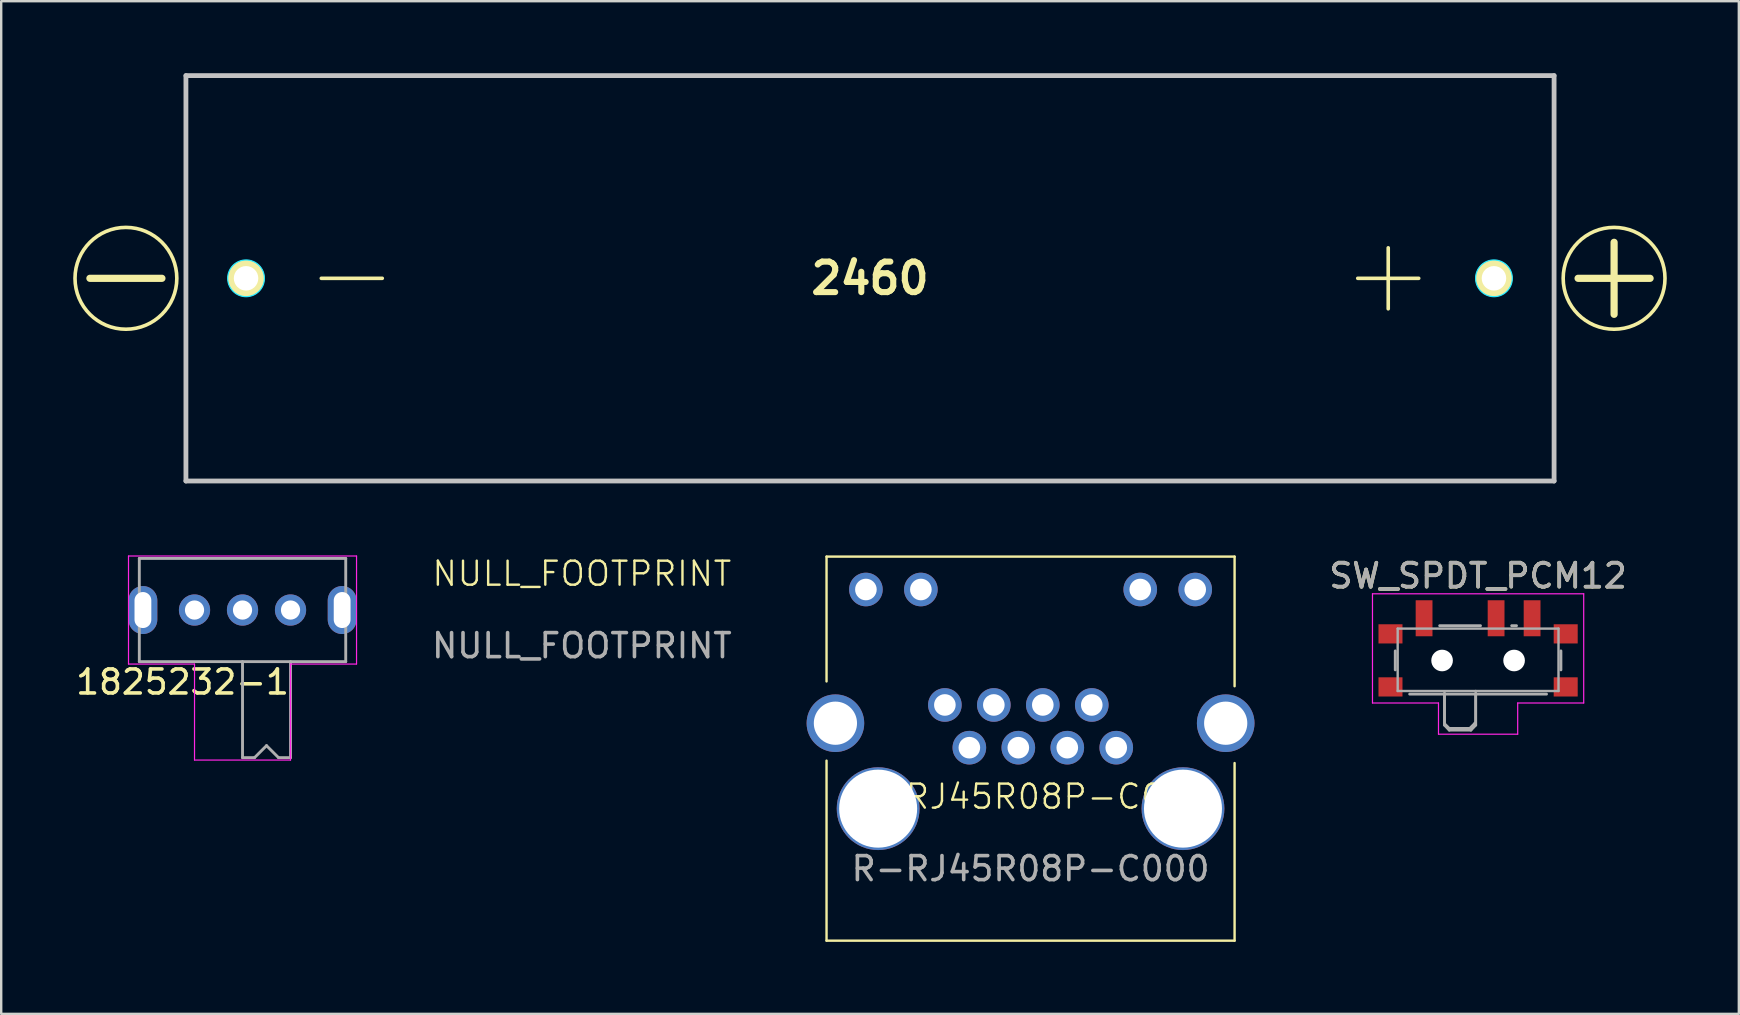
<source format=kicad_pcb>
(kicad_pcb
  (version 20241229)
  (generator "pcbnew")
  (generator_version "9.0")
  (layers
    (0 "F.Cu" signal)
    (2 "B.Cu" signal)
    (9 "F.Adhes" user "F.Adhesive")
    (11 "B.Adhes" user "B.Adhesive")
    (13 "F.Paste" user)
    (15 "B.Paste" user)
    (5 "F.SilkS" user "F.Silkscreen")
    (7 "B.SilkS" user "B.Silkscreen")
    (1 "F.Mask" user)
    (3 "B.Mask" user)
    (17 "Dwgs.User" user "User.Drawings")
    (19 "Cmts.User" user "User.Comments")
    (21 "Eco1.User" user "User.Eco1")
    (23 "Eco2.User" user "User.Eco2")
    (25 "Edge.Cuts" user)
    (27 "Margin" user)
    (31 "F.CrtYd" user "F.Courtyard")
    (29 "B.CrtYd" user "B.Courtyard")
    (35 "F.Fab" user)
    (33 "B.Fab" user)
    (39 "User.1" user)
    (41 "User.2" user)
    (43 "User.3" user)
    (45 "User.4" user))
  (footprint "SW_SPDT_PCM12"
    (layer "F.Cu")
    (at 58.53 24.138)
    (property "Reference" "SW_SPDT_PCM12" (at 0 -3.2 0) (layer "F.SilkS") (effects (font (size 1 1) (thickness 0.15))))
    (attr smd)
    (fp_line (start -4.4 -2.45) (end 4.4 -2.45) (stroke (width 0.05) (type solid)) (layer "F.CrtYd"))
    (fp_line (start -4.4 2.1) (end -4.4 -2.45) (stroke (width 0.05) (type solid)) (layer "F.CrtYd"))
    (fp_line (start -1.65 2.1) (end -4.4 2.1) (stroke (width 0.05) (type solid)) (layer "F.CrtYd"))
    (fp_line (start -1.65 3.4) (end -1.65 2.1) (stroke (width 0.05) (type solid)) (layer "F.CrtYd"))
    (fp_line (start 1.65 2.1) (end 1.65 3.4) (stroke (width 0.05) (type solid)) (layer "F.CrtYd"))
    (fp_line (start 1.65 3.4) (end -1.65 3.4) (stroke (width 0.05) (type solid)) (layer "F.CrtYd"))
    (fp_line (start 4.4 -2.45) (end 4.4 2.1) (stroke (width 0.05) (type solid)) (layer "F.CrtYd"))
    (fp_line (start 4.4 2.1) (end 1.65 2.1) (stroke (width 0.05) (type solid)) (layer "F.CrtYd"))
    (fp_line (start -3.45 -0.07) (end -3.45 0.72) (stroke (width 0.12) (type solid)) (layer "F.Fab"))
    (fp_line (start -3.35 -1) (end -3.35 1.6) (stroke (width 0.1) (type solid)) (layer "F.Fab"))
    (fp_line (start -3.35 1.6) (end 3.35 1.6) (stroke (width 0.1) (type solid)) (layer "F.Fab"))
    (fp_line (start -2.85 1.73) (end 2.85 1.73) (stroke (width 0.12) (type solid)) (layer "F.Fab"))
    (fp_line (start -1.6 -1.12) (end 0.1 -1.12) (stroke (width 0.12) (type solid)) (layer "F.Fab"))
    (fp_line (start -1.4 1.65) (end -1.4 2.95) (stroke (width 0.1) (type solid)) (layer "F.Fab"))
    (fp_line (start -1.4 1.73) (end -1.4 3.02) (stroke (width 0.12) (type solid)) (layer "F.Fab"))
    (fp_line (start -1.4 2.95) (end -1.2 3.15) (stroke (width 0.1) (type solid)) (layer "F.Fab"))
    (fp_line (start -1.4 3.02) (end -1.2 3.23) (stroke (width 0.12) (type solid)) (layer "F.Fab"))
    (fp_line (start -1.2 3.15) (end -0.35 3.15) (stroke (width 0.1) (type solid)) (layer "F.Fab"))
    (fp_line (start -1.2 3.23) (end -0.3 3.23) (stroke (width 0.12) (type solid)) (layer "F.Fab"))
    (fp_line (start -0.35 3.15) (end -0.15 2.95) (stroke (width 0.1) (type solid)) (layer "F.Fab"))
    (fp_line (start -0.15 2.95) (end -0.1 2.9) (stroke (width 0.1) (type solid)) (layer "F.Fab"))
    (fp_line (start -0.1 2.9) (end -0.1 1.6) (stroke (width 0.1) (type solid)) (layer "F.Fab"))
    (fp_line (start -0.1 3.02) (end -0.3 3.23) (stroke (width 0.12) (type solid)) (layer "F.Fab"))
    (fp_line (start -0.1 3.02) (end -0.1 1.73) (stroke (width 0.12) (type solid)) (layer "F.Fab"))
    (fp_line (start 1.4 -1.12) (end 1.6 -1.12) (stroke (width 0.12) (type solid)) (layer "F.Fab"))
    (fp_line (start 3.35 -1) (end -3.35 -1) (stroke (width 0.1) (type solid)) (layer "F.Fab"))
    (fp_line (start 3.35 1.6) (end 3.35 -1) (stroke (width 0.1) (type solid)) (layer "F.Fab"))
    (fp_line (start 3.45 0.72) (end 3.45 -0.07) (stroke (width 0.12) (type solid)) (layer "F.Fab"))
    (fp_text user "${REFERENCE}" (at 0 -3.2 0) (layer "F.Fab") (effects (font (size 1 1) (thickness 0.15))))
    (pad "" np_thru_hole circle (at -1.5 0.33) (size 0.9 0.9) (drill 0.9) (layers "*.Cu" "*.Mask"))
    (pad "" np_thru_hole circle (at 1.5 0.33) (size 0.9 0.9) (drill 0.9) (layers "*.Cu" "*.Mask"))
    (pad "1" smd rect (at -2.25 -1.43) (size 0.7 1.5) (layers "F.Cu" "F.Mask" "F.Paste"))
    (pad "2" smd rect (at 0.75 -1.43) (size 0.7 1.5) (layers "F.Cu" "F.Mask" "F.Paste"))
    (pad "3" smd rect (at 2.25 -1.43) (size 0.7 1.5) (layers "F.Cu" "F.Mask" "F.Paste"))
    (pad "4" smd rect (at 3.65 -0.78) (size 1 0.8) (layers "F.Cu" "F.Mask" "F.Paste"))
    (pad "5" smd rect (at 3.65 1.43) (size 1 0.8) (layers "F.Cu" "F.Mask" "F.Paste"))
    (pad "6" smd rect (at -3.65 1.43) (size 1 0.8) (layers "F.Cu" "F.Mask" "F.Paste"))
    (pad "7" smd rect (at -3.65 -0.78) (size 1 0.8) (layers "F.Cu" "F.Mask" "F.Paste")))
  (footprint "NULL_FOOTPRINT"
    (layer "F.Cu")
    (at 21.192 21.351)
    (property "Reference" "NULL_FOOTPRINT" (at 0 -0.5 0) (unlocked yes) (layer "F.SilkS") (effects (font (size 1 1) (thickness 0.1))))
    (attr smd)
    (fp_text user "${REFERENCE}" (at 0 2.5 0) (unlocked yes) (layer "F.Fab") (effects (font (size 1 1) (thickness 0.15)))))
  (footprint "2460"
    (layer "F.Cu")
    (at 33.196 8.545)
    (property "Reference" "2460" (at 0 0 0) (layer "F.SilkS") (effects (font (size 1.27 1.27) (thickness 0.254))))
    (attr through_hole)
    (fp_line (start -32.5 0) (end -29.5 0) (stroke (width 0.3) (type solid)) (layer "F.SilkS"))
    (fp_line (start -28.5 -8.445) (end 28.5 -8.445) (stroke (width 0.1) (type solid)) (layer "F.SilkS"))
    (fp_line (start -28.5 8.445) (end -28.5 -8.445) (stroke (width 0.1) (type solid)) (layer "F.SilkS"))
    (fp_line (start -22.86 0) (end -20.32 0) (stroke (width 0.15) (type solid)) (layer "F.SilkS"))
    (fp_line (start 20.32 0) (end 22.86 0) (stroke (width 0.15) (type solid)) (layer "F.SilkS"))
    (fp_line (start 21.59 -1.27) (end 21.59 1.27) (stroke (width 0.15) (type solid)) (layer "F.SilkS"))
    (fp_line (start 28.5 -8.445) (end 28.5 8.445) (stroke (width 0.1) (type solid)) (layer "F.SilkS"))
    (fp_line (start 28.5 8.445) (end -28.5 8.445) (stroke (width 0.1) (type solid)) (layer "F.SilkS"))
    (fp_line (start 29.5 0) (end 32.5 0) (stroke (width 0.3) (type solid)) (layer "F.SilkS"))
    (fp_line (start 31 -1.5) (end 31 1.5) (stroke (width 0.3) (type solid)) (layer "F.SilkS"))
    (fp_circle (center -31 0) (end -28.879 0) (stroke (width 0.15) (type solid)) (fill no) (layer "F.SilkS"))
    (fp_circle (center 31 0) (end 33.121 0) (stroke (width 0.15) (type solid)) (fill no) (layer "F.SilkS"))
    (fp_line (start -28.5 -8.445) (end 28.5 -8.445) (stroke (width 0.2) (type solid)) (layer "Dwgs.User"))
    (fp_line (start -28.5 8.445) (end -28.5 -8.445) (stroke (width 0.2) (type solid)) (layer "Dwgs.User"))
    (fp_line (start 28.5 -8.445) (end 28.5 8.445) (stroke (width 0.2) (type solid)) (layer "Dwgs.User"))
    (fp_line (start 28.5 8.445) (end -28.5 8.445) (stroke (width 0.2) (type solid)) (layer "Dwgs.User"))
    (fp_circle (center -25.995 0) (end -25.23 0) (stroke (width 0.05) (type default)) (fill no) (layer "B.CrtYd"))
    (fp_circle (center 25.995 0) (end 26.76 0) (stroke (width 0.05) (type default)) (fill no) (layer "B.CrtYd"))
    (fp_rect (start -28.5 -8.445) (end 28.5 8.445) (stroke (width 0.05) (type default)) (fill no) (layer "F.CrtYd"))
    (pad "1" thru_hole circle (at 25.995 0 90) (size 1.53 1.53) (drill 1.02) (layers "*.Cu" "*.Mask" "F.SilkS"))
    (pad "2" thru_hole circle (at -25.995 0 90) (size 1.53 1.53) (drill 1.02) (layers "*.Cu" "*.Mask" "F.SilkS")))
  (footprint "R-RJ45R08P-C000"
    (layer "F.Cu")
    (at 39.885 30.64)
    (property "Reference" "R-RJ45R08P-C000" (at 0 -0.5 0) (unlocked yes) (layer "F.SilkS") (effects (font (size 1 1) (thickness 0.1))))
    (attr smd)
    (fp_line (start -8.5 -10.5) (end 8.5 -10.5) (stroke (width 0.1) (type default)) (layer "F.SilkS"))
    (fp_line (start -8.5 -5.3) (end -8.5 -10.5) (stroke (width 0.1) (type default)) (layer "F.SilkS"))
    (fp_line (start -8.5 -2) (end -8.5 5.5) (stroke (width 0.1) (type default)) (layer "F.SilkS"))
    (fp_line (start 8.5 -10.5) (end 8.5 -5.1) (stroke (width 0.1) (type default)) (layer "F.SilkS"))
    (fp_line (start 8.5 -1.9) (end 8.5 5.5) (stroke (width 0.1) (type default)) (layer "F.SilkS"))
    (fp_line (start 8.5 5.5) (end -8.5 5.5) (stroke (width 0.1) (type default)) (layer "F.SilkS"))
    (fp_text user "${REFERENCE}" (at 0 2.5 0) (unlocked yes) (layer "F.Fab") (effects (font (size 1 1) (thickness 0.15))))
    (pad "" np_thru_hole circle (at -8.13 -3.56) (size 2.4 2.4) (drill 1.8) (layers "*.Cu" "*.Mask"))
    (pad "" np_thru_hole circle (at -6.35 0) (size 3.45 3.45) (drill 3.25) (layers "*.Cu" "*.Mask"))
    (pad "" np_thru_hole circle (at 6.35 0) (size 3.45 3.45) (drill 3.25) (layers "*.Cu" "*.Mask"))
    (pad "" np_thru_hole circle (at 8.13 -3.56) (size 2.4 2.4) (drill 1.8) (layers "*.Cu" "*.Mask"))
    (pad "1" thru_hole circle (at 3.57 -2.54) (size 1.4 1.4) (drill 0.9) (layers "*.Cu" "*.Mask"))
    (pad "2" thru_hole circle (at 2.55 -4.32) (size 1.4 1.4) (drill 0.9) (layers "*.Cu" "*.Mask"))
    (pad "3" thru_hole circle (at 1.53 -2.54) (size 1.4 1.4) (drill 0.9) (layers "*.Cu" "*.Mask"))
    (pad "4" thru_hole circle (at 0.51 -4.32) (size 1.4 1.4) (drill 0.9) (layers "*.Cu" "*.Mask"))
    (pad "5" thru_hole circle (at -0.51 -2.54) (size 1.4 1.4) (drill 0.9) (layers "*.Cu" "*.Mask"))
    (pad "6" thru_hole circle (at -1.53 -4.32) (size 1.4 1.4) (drill 0.9) (layers "*.Cu" "*.Mask"))
    (pad "7" thru_hole circle (at -2.55 -2.54) (size 1.4 1.4) (drill 0.9) (layers "*.Cu" "*.Mask"))
    (pad "8" thru_hole circle (at -3.57 -4.32) (size 1.4 1.4) (drill 0.9) (layers "*.Cu" "*.Mask"))
    (pad "9" thru_hole circle (at 6.86 -9.13) (size 1.4 1.4) (drill 0.9) (layers "*.Cu" "*.Mask"))
    (pad "10" thru_hole circle (at 4.57 -9.13) (size 1.4 1.4) (drill 0.9) (layers "*.Cu" "*.Mask"))
    (pad "11" thru_hole circle (at -4.57 -9.13) (size 1.4 1.4) (drill 0.9) (layers "*.Cu" "*.Mask"))
    (pad "12" thru_hole circle (at -6.86 -9.13) (size 1.4 1.4) (drill 0.9) (layers "*.Cu" "*.Mask")))
  (footprint "1825232-1"
    (layer "F.Cu")
    (at 7.054 22.365)
    (property "Reference" "1825232-1" (at -2.5 3 0) (layer "F.SilkS") (effects (font (size 1 1) (thickness 0.15))))
    (attr through_hole)
    (fp_line (start -4.75 -2.25) (end -4.75 2.25) (stroke (width 0.05) (type default)) (layer "F.CrtYd"))
    (fp_line (start -4.75 2.25) (end -2 2.25) (stroke (width 0.05) (type default)) (layer "F.CrtYd"))
    (fp_line (start -2 2.25) (end -2 6.25) (stroke (width 0.05) (type default)) (layer "F.CrtYd"))
    (fp_line (start -2 6.25) (end 2 6.25) (stroke (width 0.05) (type default)) (layer "F.CrtYd"))
    (fp_line (start 2 2.25) (end 4.75 2.25) (stroke (width 0.05) (type default)) (layer "F.CrtYd"))
    (fp_line (start 2 6.25) (end 2 2.25) (stroke (width 0.05) (type default)) (layer "F.CrtYd"))
    (fp_line (start 4.75 -2.25) (end -4.75 -2.25) (stroke (width 0.05) (type default)) (layer "F.CrtYd"))
    (fp_line (start 4.75 2.25) (end 4.75 -2.25) (stroke (width 0.05) (type default)) (layer "F.CrtYd"))
    (fp_line (start -4.3 -2.15) (end 4.3 -2.15) (stroke (width 0.12) (type solid)) (layer "F.Fab"))
    (fp_line (start -4.3 2.15) (end -4.3 -2.15) (stroke (width 0.12) (type solid)) (layer "F.Fab"))
    (fp_line (start 0 2.15) (end 0 6.15) (stroke (width 0.12) (type solid)) (layer "F.Fab"))
    (fp_line (start 0 6.15) (end 0.5 6.15) (stroke (width 0.12) (type solid)) (layer "F.Fab"))
    (fp_line (start 0.5 6.15) (end 1 5.65) (stroke (width 0.12) (type solid)) (layer "F.Fab"))
    (fp_line (start 1 5.65) (end 1.5 6.15) (stroke (width 0.12) (type solid)) (layer "F.Fab"))
    (fp_line (start 1.5 6.15) (end 2 6.15) (stroke (width 0.12) (type solid)) (layer "F.Fab"))
    (fp_line (start 2 6.15) (end 2 2.15) (stroke (width 0.12) (type solid)) (layer "F.Fab"))
    (fp_line (start 4.3 -2.15) (end 4.3 2.15) (stroke (width 0.12) (type solid)) (layer "F.Fab"))
    (fp_line (start 4.3 2.15) (end -4.3 2.15) (stroke (width 0.12) (type solid)) (layer "F.Fab"))
    (pad "1" thru_hole circle (at -2 0) (size 1.3 1.3) (drill 0.8) (layers "*.Cu" "*.Mask"))
    (pad "2" thru_hole circle (at 0 0) (size 1.3 1.3) (drill 0.8) (layers "*.Cu" "*.Mask"))
    (pad "3" thru_hole circle (at 2 0) (size 1.3 1.3) (drill 0.8) (layers "*.Cu" "*.Mask"))
    (pad "4" thru_hole oval (at -4.15 0) (size 1.2 2) (drill oval 0.7 1.5) (layers "*.Cu" "*.Mask"))
    (pad "5" thru_hole oval (at 4.15 0) (size 1.2 2) (drill oval 0.7 1.5) (layers "*.Cu" "*.Mask")))
  (gr_rect
    (start -3 -3)
    (end 69.393 39.19)
    (stroke (width 0.1) (type default))
    (fill no)
    (layer "Edge.Cuts")))
</source>
